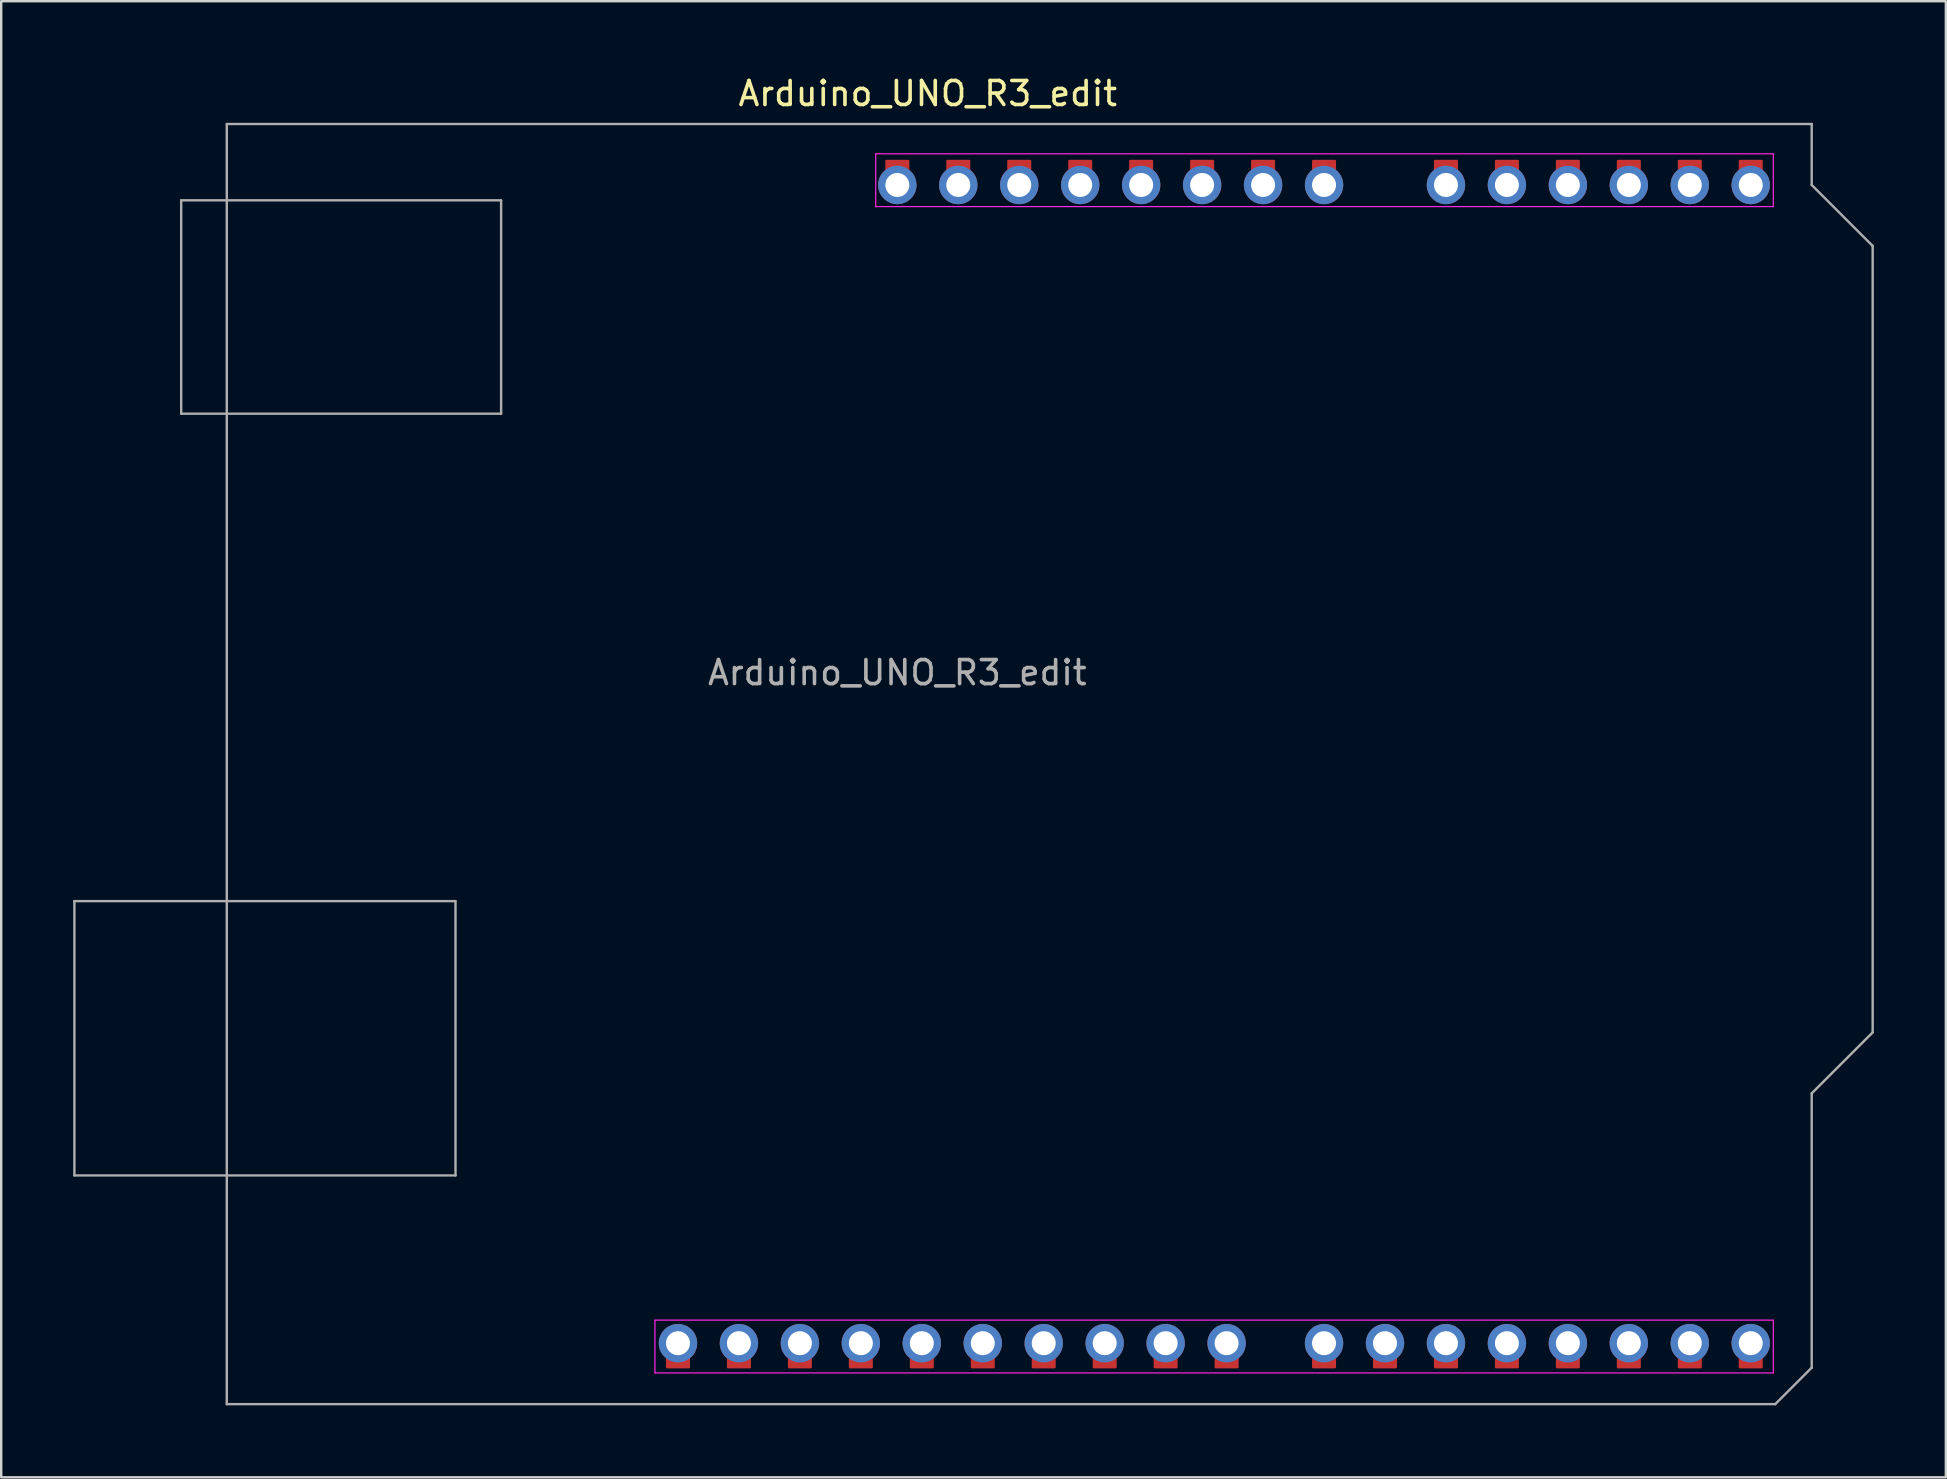
<source format=kicad_pcb>
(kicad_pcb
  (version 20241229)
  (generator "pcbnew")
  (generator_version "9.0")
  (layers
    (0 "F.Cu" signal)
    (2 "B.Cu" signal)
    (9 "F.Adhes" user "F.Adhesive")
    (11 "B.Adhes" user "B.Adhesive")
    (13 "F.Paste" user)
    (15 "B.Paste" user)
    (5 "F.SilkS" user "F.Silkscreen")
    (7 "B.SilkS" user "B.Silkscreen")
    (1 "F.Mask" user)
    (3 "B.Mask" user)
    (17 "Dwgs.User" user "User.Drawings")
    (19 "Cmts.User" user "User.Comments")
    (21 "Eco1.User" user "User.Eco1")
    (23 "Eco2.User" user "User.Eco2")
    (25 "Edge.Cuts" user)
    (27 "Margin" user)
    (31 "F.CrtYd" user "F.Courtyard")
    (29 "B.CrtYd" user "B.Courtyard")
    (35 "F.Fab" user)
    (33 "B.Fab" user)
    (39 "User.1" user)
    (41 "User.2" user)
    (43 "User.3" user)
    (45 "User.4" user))
  (footprint "Arduino_UNO_R3_edit"
    (layer "F.Cu")
    (at 34.34 4.658)
    (property "Reference" "Arduino_UNO_R3_edit" (at 1.27 -3.81 180) (layer "F.SilkS") (effects (font (size 1 1) (thickness 0.15))))
    (attr through_hole exclude_from_pos_files exclude_from_bom)
    (fp_line (start -10.1 47.3) (end -10.1 49.5) (stroke (width 0.05) (type default)) (layer "F.CrtYd"))
    (fp_line (start -10.1 49.5) (end 36.5 49.5) (stroke (width 0.05) (type default)) (layer "F.CrtYd"))
    (fp_line (start -0.9 -1.3) (end -0.9 0.9) (stroke (width 0.05) (type default)) (layer "F.CrtYd"))
    (fp_line (start -0.9 0.9) (end 36.5 0.9) (stroke (width 0.05) (type default)) (layer "F.CrtYd"))
    (fp_line (start 36.5 -1.3) (end -0.9 -1.3) (stroke (width 0.05) (type default)) (layer "F.CrtYd"))
    (fp_line (start 36.5 0.9) (end 36.5 -1.3) (stroke (width 0.05) (type default)) (layer "F.CrtYd"))
    (fp_line (start 36.5 47.3) (end -10.1 47.3) (stroke (width 0.05) (type default)) (layer "F.CrtYd"))
    (fp_line (start 36.5 49.5) (end 36.5 47.3) (stroke (width 0.05) (type default)) (layer "F.CrtYd"))
    (fp_line (start -34.29 29.84) (end -34.29 41.27) (stroke (width 0.1) (type solid)) (layer "F.Fab"))
    (fp_line (start -34.29 41.27) (end -18.41 41.27) (stroke (width 0.1) (type solid)) (layer "F.Fab"))
    (fp_line (start -29.84 0.64) (end -29.84 9.53) (stroke (width 0.1) (type solid)) (layer "F.Fab"))
    (fp_line (start -29.84 9.53) (end -16.51 9.53) (stroke (width 0.1) (type solid)) (layer "F.Fab"))
    (fp_line (start -27.94 -2.54) (end -27.94 50.8) (stroke (width 0.1) (type solid)) (layer "F.Fab"))
    (fp_line (start -27.94 50.8) (end 36.58 50.8) (stroke (width 0.1) (type solid)) (layer "F.Fab"))
    (fp_line (start -18.41 29.84) (end -34.29 29.84) (stroke (width 0.1) (type solid)) (layer "F.Fab"))
    (fp_line (start -18.41 41.27) (end -18.41 29.84) (stroke (width 0.1) (type solid)) (layer "F.Fab"))
    (fp_line (start -16.51 0.64) (end -29.84 0.64) (stroke (width 0.1) (type solid)) (layer "F.Fab"))
    (fp_line (start -16.51 9.53) (end -16.51 0.64) (stroke (width 0.1) (type solid)) (layer "F.Fab"))
    (fp_line (start 36.58 50.8) (end 38.1 49.28) (stroke (width 0.1) (type solid)) (layer "F.Fab"))
    (fp_line (start 38.1 -2.54) (end -27.94 -2.54) (stroke (width 0.1) (type solid)) (layer "F.Fab"))
    (fp_line (start 38.1 0) (end 38.1 -2.54) (stroke (width 0.1) (type solid)) (layer "F.Fab"))
    (fp_line (start 38.1 37.85) (end 40.64 35.31) (stroke (width 0.1) (type solid)) (layer "F.Fab"))
    (fp_line (start 38.1 49.28) (end 38.1 37.85) (stroke (width 0.1) (type solid)) (layer "F.Fab"))
    (fp_line (start 40.64 2.54) (end 38.1 0) (stroke (width 0.1) (type solid)) (layer "F.Fab"))
    (fp_line (start 40.64 35.31) (end 40.64 2.54) (stroke (width 0.1) (type solid)) (layer "F.Fab"))
    (fp_text user "${REFERENCE}" (at 0 20.32 180) (layer "F.Fab") (effects (font (size 1 1) (thickness 0.15))))
    (pad "1" smd roundrect (at 0 -0.8 180) (size 1 0.5) (layers "F.Cu" "F.Mask") (roundrect_rratio 0.1))
    (pad "1" thru_hole circle (at 0 0 270) (size 1.6 1.6) (drill 1) (layers "*.Cu" "*.Mask"))
    (pad "2" smd roundrect (at 2.54 -0.8 180) (size 1 0.5) (layers "F.Cu" "F.Mask") (roundrect_rratio 0.1))
    (pad "2" thru_hole oval (at 2.54 0 270) (size 1.6 1.6) (drill 1) (layers "*.Cu" "*.Mask"))
    (pad "3" smd roundrect (at 5.08 -0.8 180) (size 1 0.5) (layers "F.Cu" "F.Mask") (roundrect_rratio 0.1))
    (pad "3" thru_hole oval (at 5.08 0 270) (size 1.6 1.6) (drill 1) (layers "*.Cu" "*.Mask"))
    (pad "4" smd roundrect (at 7.62 -0.8 180) (size 1 0.5) (layers "F.Cu" "F.Mask") (roundrect_rratio 0.1))
    (pad "4" thru_hole oval (at 7.62 0 270) (size 1.6 1.6) (drill 1) (layers "*.Cu" "*.Mask"))
    (pad "5" smd roundrect (at 10.16 -0.8 180) (size 1 0.5) (layers "F.Cu" "F.Mask") (roundrect_rratio 0.1))
    (pad "5" thru_hole oval (at 10.16 0 270) (size 1.6 1.6) (drill 1) (layers "*.Cu" "*.Mask"))
    (pad "6" smd roundrect (at 12.7 -0.8 180) (size 1 0.5) (layers "F.Cu" "F.Mask") (roundrect_rratio 0.1))
    (pad "6" thru_hole oval (at 12.7 0 270) (size 1.6 1.6) (drill 1) (layers "*.Cu" "*.Mask"))
    (pad "7" smd roundrect (at 15.24 -0.8 180) (size 1 0.5) (layers "F.Cu" "F.Mask") (roundrect_rratio 0.1))
    (pad "7" thru_hole oval (at 15.24 0 270) (size 1.6 1.6) (drill 1) (layers "*.Cu" "*.Mask"))
    (pad "8" smd roundrect (at 17.78 -0.8 180) (size 1 0.5) (layers "F.Cu" "F.Mask") (roundrect_rratio 0.1))
    (pad "8" thru_hole oval (at 17.78 0 270) (size 1.6 1.6) (drill 1) (layers "*.Cu" "*.Mask"))
    (pad "9" smd roundrect (at 22.86 -0.8 180) (size 1 0.5) (layers "F.Cu" "F.Mask") (roundrect_rratio 0.1))
    (pad "9" thru_hole oval (at 22.86 0 270) (size 1.6 1.6) (drill 1) (layers "*.Cu" "*.Mask"))
    (pad "10" smd roundrect (at 25.4 -0.8 180) (size 1 0.5) (layers "F.Cu" "F.Mask") (roundrect_rratio 0.1))
    (pad "10" thru_hole oval (at 25.4 0 270) (size 1.6 1.6) (drill 1) (layers "*.Cu" "*.Mask"))
    (pad "11" smd roundrect (at 27.94 -0.8 180) (size 1 0.5) (layers "F.Cu" "F.Mask") (roundrect_rratio 0.1))
    (pad "11" thru_hole oval (at 27.94 0 270) (size 1.6 1.6) (drill 1) (layers "*.Cu" "*.Mask"))
    (pad "12" smd roundrect (at 30.48 -0.8 180) (size 1 0.5) (layers "F.Cu" "F.Mask") (roundrect_rratio 0.1))
    (pad "12" thru_hole oval (at 30.48 0 270) (size 1.6 1.6) (drill 1) (layers "*.Cu" "*.Mask"))
    (pad "13" smd roundrect (at 33.02 -0.8 180) (size 1 0.5) (layers "F.Cu" "F.Mask") (roundrect_rratio 0.1))
    (pad "13" thru_hole oval (at 33.02 0 270) (size 1.6 1.6) (drill 1) (layers "*.Cu" "*.Mask"))
    (pad "14" smd roundrect (at 35.56 -0.8 180) (size 1 0.5) (layers "F.Cu" "F.Mask") (roundrect_rratio 0.1))
    (pad "14" thru_hole oval (at 35.56 0 270) (size 1.6 1.6) (drill 1) (layers "*.Cu" "*.Mask"))
    (pad "15" thru_hole oval (at 35.56 48.26 270) (size 1.6 1.6) (drill 1) (layers "*.Cu" "*.Mask"))
    (pad "15" smd roundrect (at 35.56 49.06 180) (size 1 0.5) (layers "F.Cu" "F.Mask") (roundrect_rratio 0.1))
    (pad "16" thru_hole oval (at 33.02 48.26 270) (size 1.6 1.6) (drill 1) (layers "*.Cu" "*.Mask"))
    (pad "16" smd roundrect (at 33.02 49.06 180) (size 1 0.5) (layers "F.Cu" "F.Mask") (roundrect_rratio 0.1))
    (pad "17" thru_hole oval (at 30.48 48.26 270) (size 1.6 1.6) (drill 1) (layers "*.Cu" "*.Mask"))
    (pad "17" smd roundrect (at 30.48 49.06 180) (size 1 0.5) (layers "F.Cu" "F.Mask") (roundrect_rratio 0.1))
    (pad "18" thru_hole oval (at 27.94 48.26 270) (size 1.6 1.6) (drill 1) (layers "*.Cu" "*.Mask"))
    (pad "18" smd roundrect (at 27.94 49.06 180) (size 1 0.5) (layers "F.Cu" "F.Mask") (roundrect_rratio 0.1))
    (pad "19" thru_hole oval (at 25.4 48.26 270) (size 1.6 1.6) (drill 1) (layers "*.Cu" "*.Mask"))
    (pad "19" smd roundrect (at 25.4 49.06 180) (size 1 0.5) (layers "F.Cu" "F.Mask") (roundrect_rratio 0.1))
    (pad "20" thru_hole oval (at 22.86 48.26 270) (size 1.6 1.6) (drill 1) (layers "*.Cu" "*.Mask"))
    (pad "20" smd roundrect (at 22.86 49.06 180) (size 1 0.5) (layers "F.Cu" "F.Mask") (roundrect_rratio 0.1))
    (pad "21" thru_hole oval (at 20.32 48.26 270) (size 1.6 1.6) (drill 1) (layers "*.Cu" "*.Mask"))
    (pad "21" smd roundrect (at 20.32 49.06 180) (size 1 0.5) (layers "F.Cu" "F.Mask") (roundrect_rratio 0.1))
    (pad "22" thru_hole oval (at 17.78 48.26 270) (size 1.6 1.6) (drill 1) (layers "*.Cu" "*.Mask"))
    (pad "22" smd roundrect (at 17.78 49.06 180) (size 1 0.5) (layers "F.Cu" "F.Mask") (roundrect_rratio 0.1))
    (pad "23" thru_hole oval (at 13.72 48.26 270) (size 1.6 1.6) (drill 1) (layers "*.Cu" "*.Mask"))
    (pad "23" smd roundrect (at 13.72 49.06 180) (size 1 0.5) (layers "F.Cu" "F.Mask") (roundrect_rratio 0.1))
    (pad "24" thru_hole oval (at 11.18 48.26 270) (size 1.6 1.6) (drill 1) (layers "*.Cu" "*.Mask"))
    (pad "24" smd roundrect (at 11.18 49.06 180) (size 1 0.5) (layers "F.Cu" "F.Mask") (roundrect_rratio 0.1))
    (pad "25" thru_hole oval (at 8.64 48.26 270) (size 1.6 1.6) (drill 1) (layers "*.Cu" "*.Mask"))
    (pad "25" smd roundrect (at 8.64 49.06 180) (size 1 0.5) (layers "F.Cu" "F.Mask") (roundrect_rratio 0.1))
    (pad "26" thru_hole oval (at 6.1 48.26 270) (size 1.6 1.6) (drill 1) (layers "*.Cu" "*.Mask"))
    (pad "26" smd roundrect (at 6.1 49.06 180) (size 1 0.5) (layers "F.Cu" "F.Mask") (roundrect_rratio 0.1))
    (pad "27" thru_hole oval (at 3.56 48.26 270) (size 1.6 1.6) (drill 1) (layers "*.Cu" "*.Mask"))
    (pad "27" smd roundrect (at 3.56 49.06 180) (size 1 0.5) (layers "F.Cu" "F.Mask") (roundrect_rratio 0.1))
    (pad "28" thru_hole oval (at 1.02 48.26 270) (size 1.6 1.6) (drill 1) (layers "*.Cu" "*.Mask"))
    (pad "28" smd roundrect (at 1.02 49.06 180) (size 1 0.5) (layers "F.Cu" "F.Mask") (roundrect_rratio 0.1))
    (pad "29" thru_hole oval (at -1.52 48.26 270) (size 1.6 1.6) (drill 1) (layers "*.Cu" "*.Mask"))
    (pad "29" smd roundrect (at -1.52 49.06 180) (size 1 0.5) (layers "F.Cu" "F.Mask") (roundrect_rratio 0.1))
    (pad "30" thru_hole oval (at -4.06 48.26 270) (size 1.6 1.6) (drill 1) (layers "*.Cu" "*.Mask"))
    (pad "30" smd roundrect (at -4.06 49.06 180) (size 1 0.5) (layers "F.Cu" "F.Mask") (roundrect_rratio 0.1))
    (pad "31" thru_hole oval (at -6.6 48.26 270) (size 1.6 1.6) (drill 1) (layers "*.Cu" "*.Mask"))
    (pad "31" smd roundrect (at -6.6 49.06 180) (size 1 0.5) (layers "F.Cu" "F.Mask") (roundrect_rratio 0.1))
    (pad "32" thru_hole oval (at -9.14 48.26 270) (size 1.6 1.6) (drill 1) (layers "*.Cu" "*.Mask"))
    (pad "32" smd roundrect (at -9.14 49.06 180) (size 1 0.5) (layers "F.Cu" "F.Mask") (roundrect_rratio 0.1)))
  (gr_rect
    (start -3 -3)
    (end 78.03 58.508)
    (stroke (width 0.1) (type default))
    (fill no)
    (layer "Edge.Cuts")))
</source>
